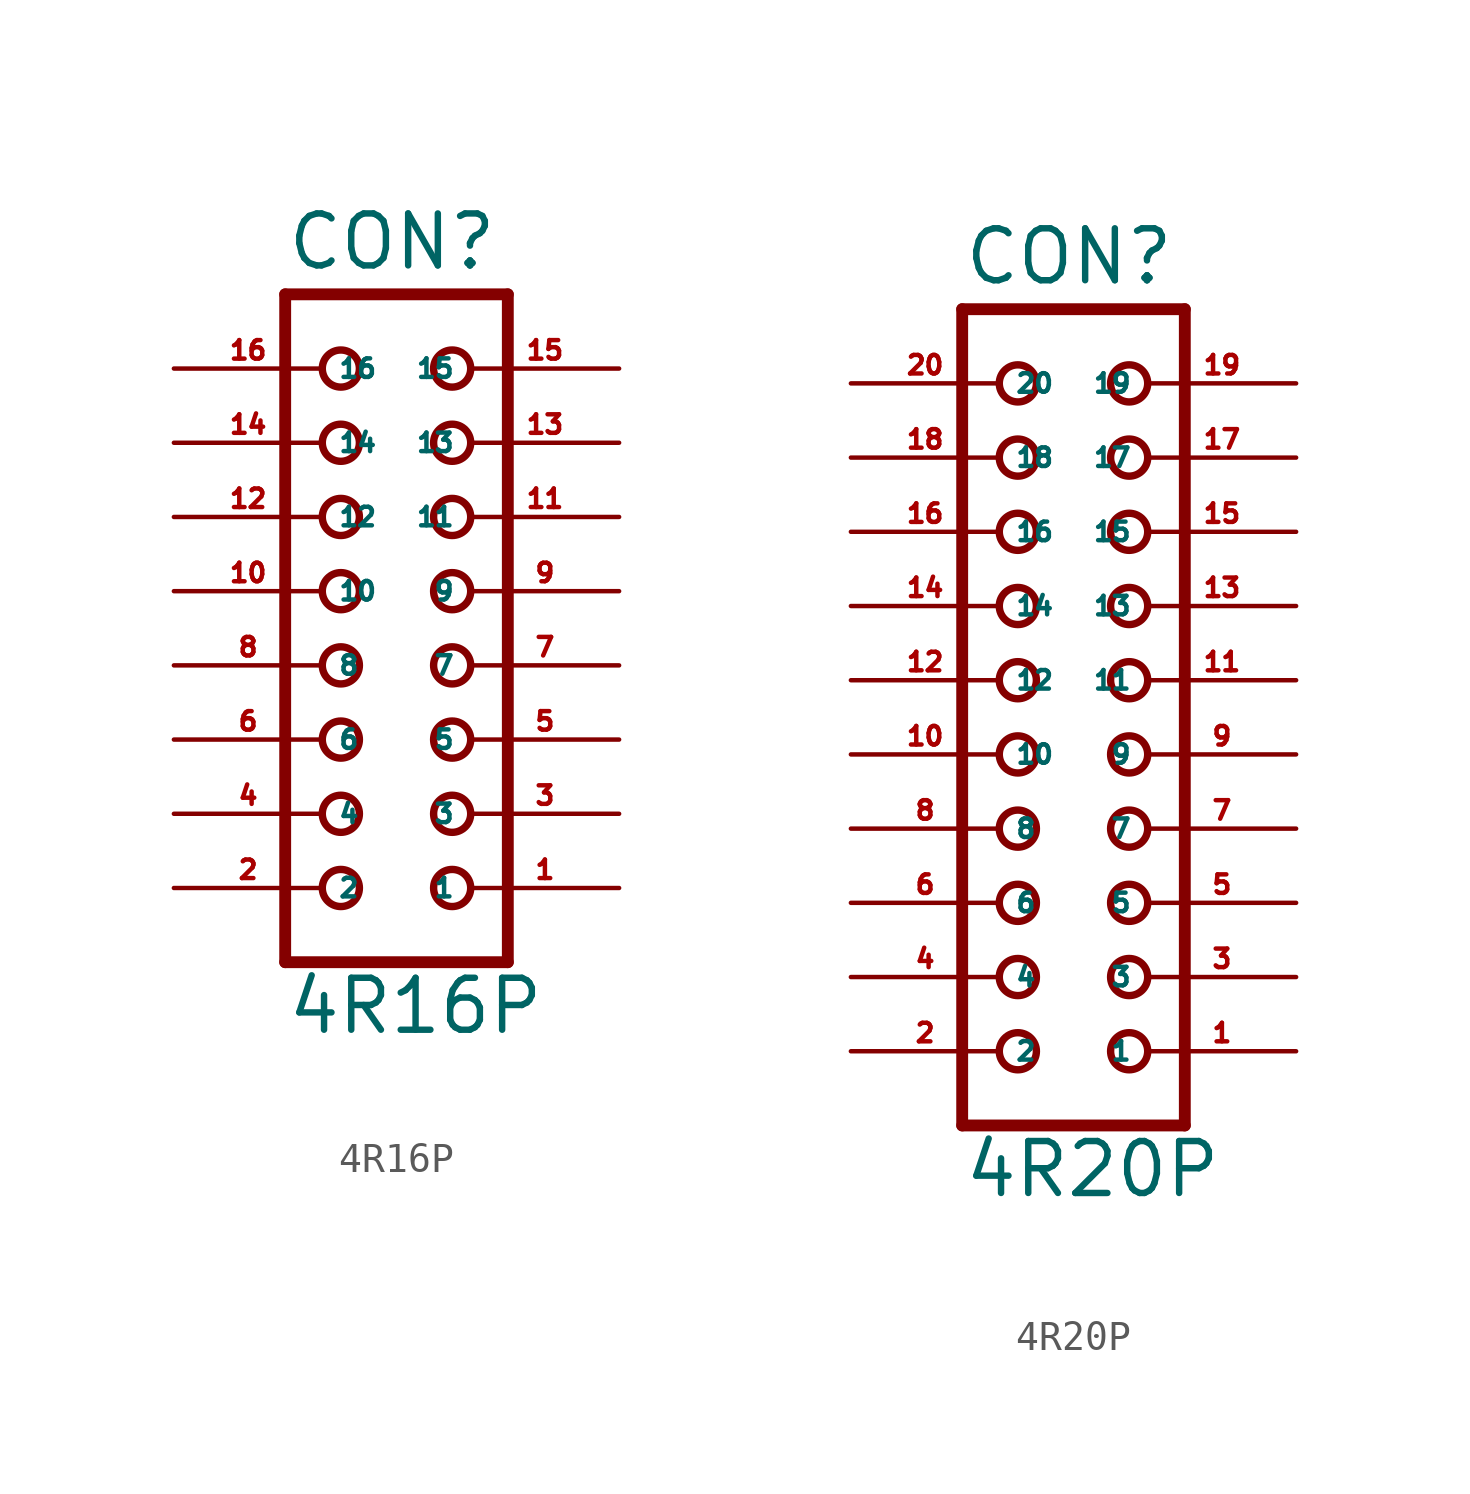
<source format=kicad_sym>
(kicad_symbol_lib
  (version 20220914)
  (generator Eagle2Kicad)
  (symbol "4R16P"
    (property "Reference" "CON"
      (at -3.81 10.922 0)
      (effects (font (size 1.778 1.778) (thickness 0.22)) (justify left bottom)))
    (property "Value" "4R16P"
      (at -3.81 -15.24 0)
      (effects (font (size 1.778 1.778) (thickness 0.22)) (justify left bottom)))
    (polyline
      (pts (xy 3.81 -12.7) (xy -3.81 -12.7))
      (stroke (width 0.406) (type default))
      (fill (type none)))
    (polyline
      (pts (xy -3.81 10.16) (xy -3.81 -12.7))
      (stroke (width 0.406) (type default))
      (fill (type none)))
    (polyline
      (pts (xy -3.81 10.16) (xy 3.81 10.16))
      (stroke (width 0.406) (type default))
      (fill (type none)))
    (polyline
      (pts (xy 3.81 -12.7) (xy 3.81 10.16))
      (stroke (width 0.406) (type default))
      (fill (type none)))
    (circle
      (center 1.905 -2.54)
      (radius 0.635)
      (stroke (width 0.254) (type default))
      (fill (type none)))
    (circle
      (center 1.905 0)
      (radius 0.635)
      (stroke (width 0.254) (type default))
      (fill (type none)))
    (circle
      (center 1.905 2.54)
      (radius 0.635)
      (stroke (width 0.254) (type default))
      (fill (type none)))
    (circle
      (center 1.905 5.08)
      (radius 0.635)
      (stroke (width 0.254) (type default))
      (fill (type none)))
    (circle
      (center 1.905 7.62)
      (radius 0.635)
      (stroke (width 0.254) (type default))
      (fill (type none)))
    (circle
      (center -1.905 -2.54)
      (radius 0.635)
      (stroke (width 0.254) (type default))
      (fill (type none)))
    (circle
      (center -1.905 0)
      (radius 0.635)
      (stroke (width 0.254) (type default))
      (fill (type none)))
    (circle
      (center -1.905 2.54)
      (radius 0.635)
      (stroke (width 0.254) (type default))
      (fill (type none)))
    (circle
      (center -1.905 5.08)
      (radius 0.635)
      (stroke (width 0.254) (type default))
      (fill (type none)))
    (circle
      (center -1.905 7.62)
      (radius 0.635)
      (stroke (width 0.254) (type default))
      (fill (type none)))
    (circle
      (center -1.905 -5.08)
      (radius 0.635)
      (stroke (width 0.254) (type default))
      (fill (type none)))
    (circle
      (center -1.905 -7.62)
      (radius 0.635)
      (stroke (width 0.254) (type default))
      (fill (type none)))
    (circle
      (center -1.905 -10.16)
      (radius 0.635)
      (stroke (width 0.254) (type default))
      (fill (type none)))
    (circle
      (center 1.905 -5.08)
      (radius 0.635)
      (stroke (width 0.254) (type default))
      (fill (type none)))
    (circle
      (center 1.905 -7.62)
      (radius 0.635)
      (stroke (width 0.254) (type default))
      (fill (type none)))
    (circle
      (center 1.905 -10.16)
      (radius 0.635)
      (stroke (width 0.254) (type default))
      (fill (type none)))
    (pin passive line
      (at 7.62 -10.16 180)
      (length 5.08)
      (name "1" (effects (font (size 0.635 0.635) (thickness 0.08)) (justify left bottom)))
      (number "1" (effects (font (size 0.635 0.635) (thickness 0.08)) (justify left bottom))))
    (pin passive line
      (at -7.62 -10.16 0)
      (length 5.08)
      (name "2" (effects (font (size 0.635 0.635) (thickness 0.08)) (justify left bottom)))
      (number "2" (effects (font (size 0.635 0.635) (thickness 0.08)) (justify left bottom))))
    (pin passive line
      (at 7.62 -7.62 180)
      (length 5.08)
      (name "3" (effects (font (size 0.635 0.635) (thickness 0.08)) (justify left bottom)))
      (number "3" (effects (font (size 0.635 0.635) (thickness 0.08)) (justify left bottom))))
    (pin passive line
      (at -7.62 -7.62 0)
      (length 5.08)
      (name "4" (effects (font (size 0.635 0.635) (thickness 0.08)) (justify left bottom)))
      (number "4" (effects (font (size 0.635 0.635) (thickness 0.08)) (justify left bottom))))
    (pin passive line
      (at 7.62 -5.08 180)
      (length 5.08)
      (name "5" (effects (font (size 0.635 0.635) (thickness 0.08)) (justify left bottom)))
      (number "5" (effects (font (size 0.635 0.635) (thickness 0.08)) (justify left bottom))))
    (pin passive line
      (at -7.62 -5.08 0)
      (length 5.08)
      (name "6" (effects (font (size 0.635 0.635) (thickness 0.08)) (justify left bottom)))
      (number "6" (effects (font (size 0.635 0.635) (thickness 0.08)) (justify left bottom))))
    (pin passive line
      (at 7.62 -2.54 180)
      (length 5.08)
      (name "7" (effects (font (size 0.635 0.635) (thickness 0.08)) (justify left bottom)))
      (number "7" (effects (font (size 0.635 0.635) (thickness 0.08)) (justify left bottom))))
    (pin passive line
      (at -7.62 -2.54 0)
      (length 5.08)
      (name "8" (effects (font (size 0.635 0.635) (thickness 0.08)) (justify left bottom)))
      (number "8" (effects (font (size 0.635 0.635) (thickness 0.08)) (justify left bottom))))
    (pin passive line
      (at 7.62 0 180)
      (length 5.08)
      (name "9" (effects (font (size 0.635 0.635) (thickness 0.08)) (justify left bottom)))
      (number "9" (effects (font (size 0.635 0.635) (thickness 0.08)) (justify left bottom))))
    (pin passive line
      (at -7.62 0 0)
      (length 5.08)
      (name "10" (effects (font (size 0.635 0.635) (thickness 0.08)) (justify left bottom)))
      (number "10" (effects (font (size 0.635 0.635) (thickness 0.08)) (justify left bottom))))
    (pin passive line
      (at -7.62 7.62 0)
      (length 5.08)
      (name "16" (effects (font (size 0.635 0.635) (thickness 0.08)) (justify left bottom)))
      (number "16" (effects (font (size 0.635 0.635) (thickness 0.08)) (justify left bottom))))
    (pin passive line
      (at -7.62 2.54 0)
      (length 5.08)
      (name "12" (effects (font (size 0.635 0.635) (thickness 0.08)) (justify left bottom)))
      (number "12" (effects (font (size 0.635 0.635) (thickness 0.08)) (justify left bottom))))
    (pin passive line
      (at -7.62 5.08 0)
      (length 5.08)
      (name "14" (effects (font (size 0.635 0.635) (thickness 0.08)) (justify left bottom)))
      (number "14" (effects (font (size 0.635 0.635) (thickness 0.08)) (justify left bottom))))
    (pin passive line
      (at 7.62 7.62 180)
      (length 5.08)
      (name "15" (effects (font (size 0.635 0.635) (thickness 0.08)) (justify left bottom)))
      (number "15" (effects (font (size 0.635 0.635) (thickness 0.08)) (justify left bottom))))
    (pin passive line
      (at 7.62 5.08 180)
      (length 5.08)
      (name "13" (effects (font (size 0.635 0.635) (thickness 0.08)) (justify left bottom)))
      (number "13" (effects (font (size 0.635 0.635) (thickness 0.08)) (justify left bottom))))
    (pin passive line
      (at 7.62 2.54 180)
      (length 5.08)
      (name "11" (effects (font (size 0.635 0.635) (thickness 0.08)) (justify left bottom)))
      (number "11" (effects (font (size 0.635 0.635) (thickness 0.08)) (justify left bottom)))))
  (symbol "4R20P"
    (property "Reference" "CON"
      (at -3.81 13.462 0)
      (effects (font (size 1.778 1.778) (thickness 0.22)) (justify left bottom)))
    (property "Value" "4R20P"
      (at -3.81 -17.78 0)
      (effects (font (size 1.778 1.778) (thickness 0.22)) (justify left bottom)))
    (polyline
      (pts (xy 3.81 -15.24) (xy -3.81 -15.24))
      (stroke (width 0.406) (type default))
      (fill (type none)))
    (polyline
      (pts (xy -3.81 12.7) (xy -3.81 -15.24))
      (stroke (width 0.406) (type default))
      (fill (type none)))
    (polyline
      (pts (xy 3.81 -15.24) (xy 3.81 12.7))
      (stroke (width 0.406) (type default))
      (fill (type none)))
    (polyline
      (pts (xy -3.81 12.7) (xy 3.81 12.7))
      (stroke (width 0.406) (type default))
      (fill (type none)))
    (circle
      (center 1.905 -12.7)
      (radius 0.635)
      (stroke (width 0.254) (type default))
      (fill (type none)))
    (circle
      (center 1.905 -10.16)
      (radius 0.635)
      (stroke (width 0.254) (type default))
      (fill (type none)))
    (circle
      (center 1.905 -7.62)
      (radius 0.635)
      (stroke (width 0.254) (type default))
      (fill (type none)))
    (circle
      (center 1.905 -5.08)
      (radius 0.635)
      (stroke (width 0.254) (type default))
      (fill (type none)))
    (circle
      (center 1.905 -2.54)
      (radius 0.635)
      (stroke (width 0.254) (type default))
      (fill (type none)))
    (circle
      (center -1.905 -12.7)
      (radius 0.635)
      (stroke (width 0.254) (type default))
      (fill (type none)))
    (circle
      (center -1.905 -10.16)
      (radius 0.635)
      (stroke (width 0.254) (type default))
      (fill (type none)))
    (circle
      (center -1.905 -7.62)
      (radius 0.635)
      (stroke (width 0.254) (type default))
      (fill (type none)))
    (circle
      (center -1.905 -5.08)
      (radius 0.635)
      (stroke (width 0.254) (type default))
      (fill (type none)))
    (circle
      (center -1.905 -2.54)
      (radius 0.635)
      (stroke (width 0.254) (type default))
      (fill (type none)))
    (circle
      (center 1.905 0)
      (radius 0.635)
      (stroke (width 0.254) (type default))
      (fill (type none)))
    (circle
      (center 1.905 2.54)
      (radius 0.635)
      (stroke (width 0.254) (type default))
      (fill (type none)))
    (circle
      (center 1.905 5.08)
      (radius 0.635)
      (stroke (width 0.254) (type default))
      (fill (type none)))
    (circle
      (center 1.905 7.62)
      (radius 0.635)
      (stroke (width 0.254) (type default))
      (fill (type none)))
    (circle
      (center 1.905 10.16)
      (radius 0.635)
      (stroke (width 0.254) (type default))
      (fill (type none)))
    (circle
      (center -1.905 0)
      (radius 0.635)
      (stroke (width 0.254) (type default))
      (fill (type none)))
    (circle
      (center -1.905 2.54)
      (radius 0.635)
      (stroke (width 0.254) (type default))
      (fill (type none)))
    (circle
      (center -1.905 5.08)
      (radius 0.635)
      (stroke (width 0.254) (type default))
      (fill (type none)))
    (circle
      (center -1.905 7.62)
      (radius 0.635)
      (stroke (width 0.254) (type default))
      (fill (type none)))
    (circle
      (center -1.905 10.16)
      (radius 0.635)
      (stroke (width 0.254) (type default))
      (fill (type none)))
    (pin passive line
      (at 7.62 -12.7 180)
      (length 5.08)
      (name "1" (effects (font (size 0.635 0.635) (thickness 0.08)) (justify left bottom)))
      (number "1" (effects (font (size 0.635 0.635) (thickness 0.08)) (justify left bottom))))
    (pin passive line
      (at -7.62 -12.7 0)
      (length 5.08)
      (name "2" (effects (font (size 0.635 0.635) (thickness 0.08)) (justify left bottom)))
      (number "2" (effects (font (size 0.635 0.635) (thickness 0.08)) (justify left bottom))))
    (pin passive line
      (at 7.62 -10.16 180)
      (length 5.08)
      (name "3" (effects (font (size 0.635 0.635) (thickness 0.08)) (justify left bottom)))
      (number "3" (effects (font (size 0.635 0.635) (thickness 0.08)) (justify left bottom))))
    (pin passive line
      (at -7.62 -10.16 0)
      (length 5.08)
      (name "4" (effects (font (size 0.635 0.635) (thickness 0.08)) (justify left bottom)))
      (number "4" (effects (font (size 0.635 0.635) (thickness 0.08)) (justify left bottom))))
    (pin passive line
      (at 7.62 -7.62 180)
      (length 5.08)
      (name "5" (effects (font (size 0.635 0.635) (thickness 0.08)) (justify left bottom)))
      (number "5" (effects (font (size 0.635 0.635) (thickness 0.08)) (justify left bottom))))
    (pin passive line
      (at -7.62 -7.62 0)
      (length 5.08)
      (name "6" (effects (font (size 0.635 0.635) (thickness 0.08)) (justify left bottom)))
      (number "6" (effects (font (size 0.635 0.635) (thickness 0.08)) (justify left bottom))))
    (pin passive line
      (at 7.62 -5.08 180)
      (length 5.08)
      (name "7" (effects (font (size 0.635 0.635) (thickness 0.08)) (justify left bottom)))
      (number "7" (effects (font (size 0.635 0.635) (thickness 0.08)) (justify left bottom))))
    (pin passive line
      (at -7.62 -5.08 0)
      (length 5.08)
      (name "8" (effects (font (size 0.635 0.635) (thickness 0.08)) (justify left bottom)))
      (number "8" (effects (font (size 0.635 0.635) (thickness 0.08)) (justify left bottom))))
    (pin passive line
      (at 7.62 -2.54 180)
      (length 5.08)
      (name "9" (effects (font (size 0.635 0.635) (thickness 0.08)) (justify left bottom)))
      (number "9" (effects (font (size 0.635 0.635) (thickness 0.08)) (justify left bottom))))
    (pin passive line
      (at -7.62 -2.54 0)
      (length 5.08)
      (name "10" (effects (font (size 0.635 0.635) (thickness 0.08)) (justify left bottom)))
      (number "10" (effects (font (size 0.635 0.635) (thickness 0.08)) (justify left bottom))))
    (pin passive line
      (at 7.62 0 180)
      (length 5.08)
      (name "11" (effects (font (size 0.635 0.635) (thickness 0.08)) (justify left bottom)))
      (number "11" (effects (font (size 0.635 0.635) (thickness 0.08)) (justify left bottom))))
    (pin passive line
      (at -7.62 0 0)
      (length 5.08)
      (name "12" (effects (font (size 0.635 0.635) (thickness 0.08)) (justify left bottom)))
      (number "12" (effects (font (size 0.635 0.635) (thickness 0.08)) (justify left bottom))))
    (pin passive line
      (at 7.62 2.54 180)
      (length 5.08)
      (name "13" (effects (font (size 0.635 0.635) (thickness 0.08)) (justify left bottom)))
      (number "13" (effects (font (size 0.635 0.635) (thickness 0.08)) (justify left bottom))))
    (pin passive line
      (at -7.62 2.54 0)
      (length 5.08)
      (name "14" (effects (font (size 0.635 0.635) (thickness 0.08)) (justify left bottom)))
      (number "14" (effects (font (size 0.635 0.635) (thickness 0.08)) (justify left bottom))))
    (pin passive line
      (at 7.62 5.08 180)
      (length 5.08)
      (name "15" (effects (font (size 0.635 0.635) (thickness 0.08)) (justify left bottom)))
      (number "15" (effects (font (size 0.635 0.635) (thickness 0.08)) (justify left bottom))))
    (pin passive line
      (at -7.62 5.08 0)
      (length 5.08)
      (name "16" (effects (font (size 0.635 0.635) (thickness 0.08)) (justify left bottom)))
      (number "16" (effects (font (size 0.635 0.635) (thickness 0.08)) (justify left bottom))))
    (pin passive line
      (at 7.62 7.62 180)
      (length 5.08)
      (name "17" (effects (font (size 0.635 0.635) (thickness 0.08)) (justify left bottom)))
      (number "17" (effects (font (size 0.635 0.635) (thickness 0.08)) (justify left bottom))))
    (pin passive line
      (at -7.62 7.62 0)
      (length 5.08)
      (name "18" (effects (font (size 0.635 0.635) (thickness 0.08)) (justify left bottom)))
      (number "18" (effects (font (size 0.635 0.635) (thickness 0.08)) (justify left bottom))))
    (pin passive line
      (at 7.62 10.16 180)
      (length 5.08)
      (name "19" (effects (font (size 0.635 0.635) (thickness 0.08)) (justify left bottom)))
      (number "19" (effects (font (size 0.635 0.635) (thickness 0.08)) (justify left bottom))))
    (pin passive line
      (at -7.62 10.16 0)
      (length 5.08)
      (name "20" (effects (font (size 0.635 0.635) (thickness 0.08)) (justify left bottom)))
      (number "20" (effects (font (size 0.635 0.635) (thickness 0.08)) (justify left bottom))))))
</source>
